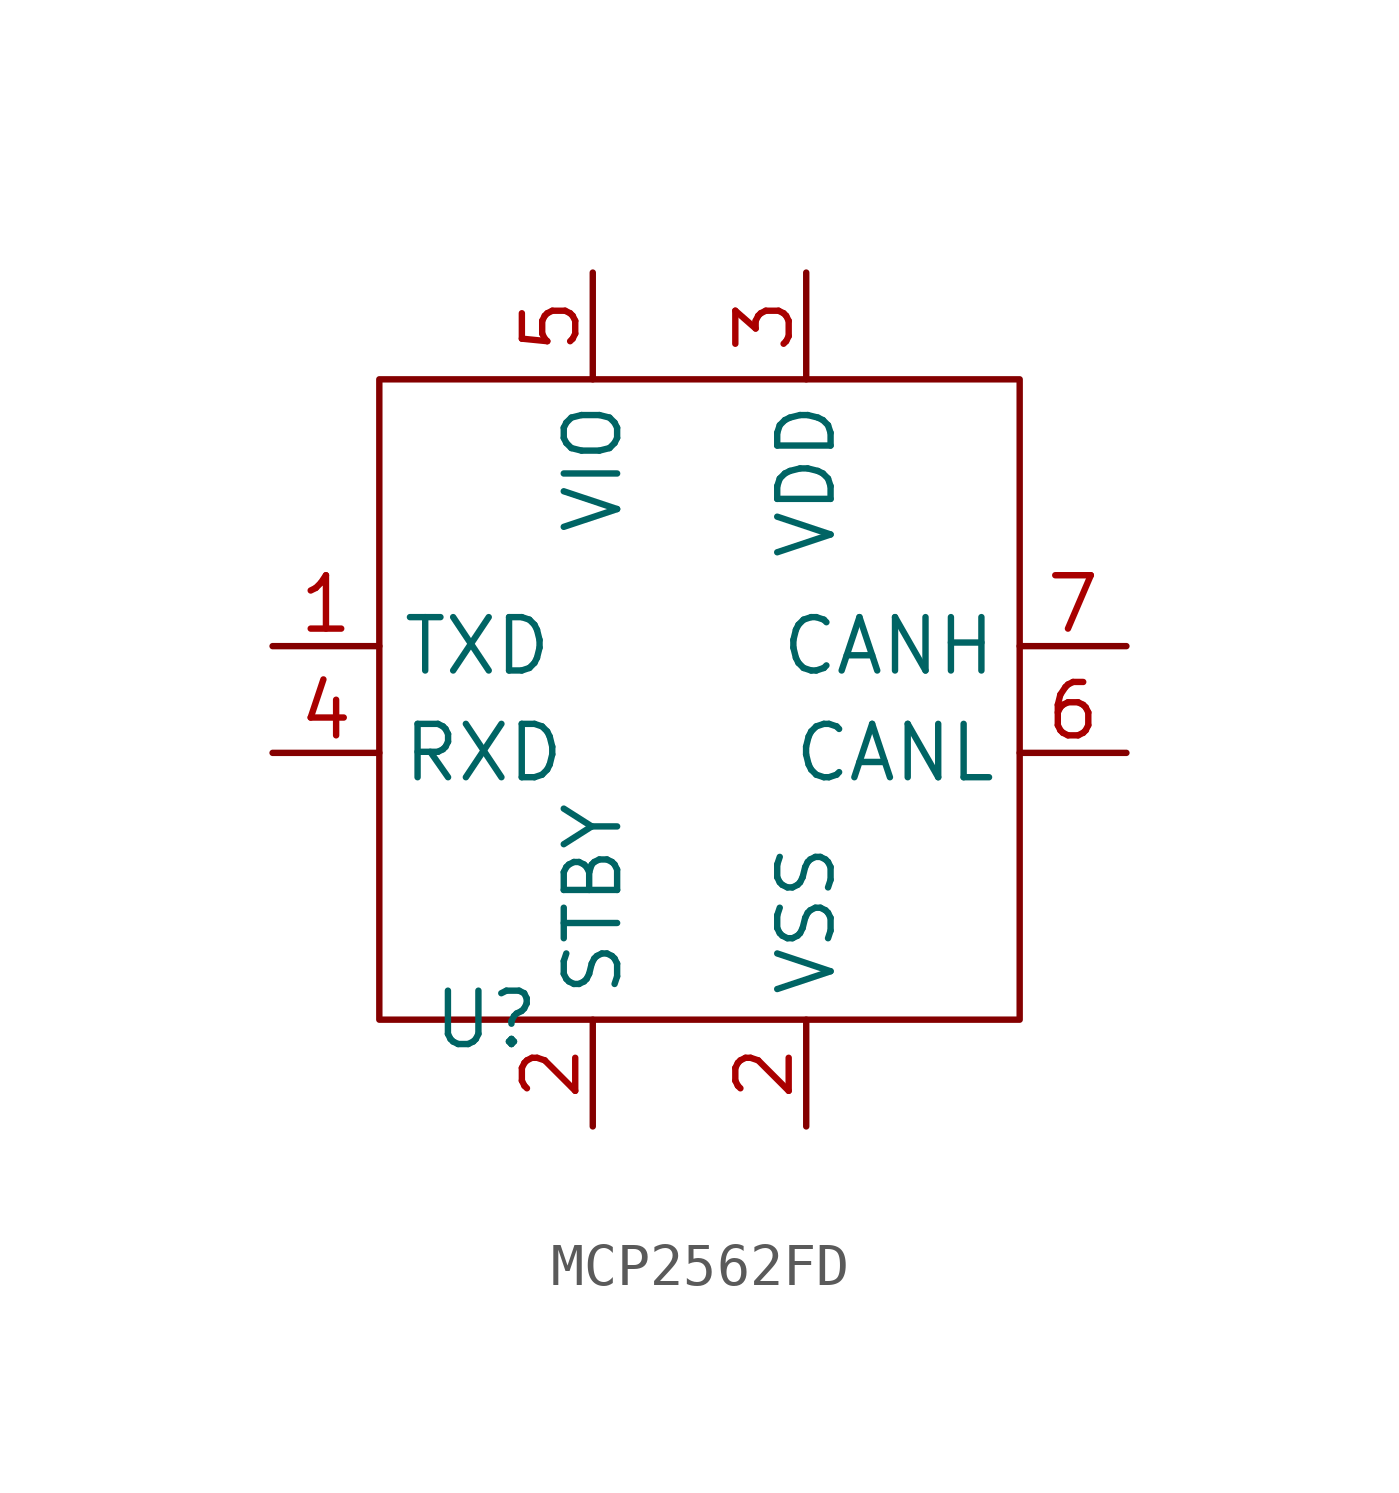
<source format=kicad_sym>
(kicad_symbol_lib
  (version 20220914)
  (generator kicad_symbol_editor)
  (symbol "MCP2562FD"
    (property "Reference" "U"
      (at -5.08 -7.62 0)
      (effects (font (size 1.27 1.27))))
    (property "Value" ""
      (at -6.35 0 0)
      (effects (font (size 1.27 1.27))))
    (symbol "MCP2562FD_0_1"
      (rectangle (start -7.62 7.62) (end 7.62 -7.62) (stroke (width 0) (type default)) (fill (type none))))
    (symbol "MCP2562FD_1_1"
      (pin input line (at -10.16 1.27 0) (length 2.54) (name "TXD" (effects (font (size 1.27 1.27)))) (number "1" (effects (font (size 1.27 1.27)))))
      (pin input line (at -2.54 -10.16 90) (length 2.54) (name "STBY" (effects (font (size 1.27 1.27)))) (number "2" (effects (font (size 1.27 1.27)))))
      (pin input line (at 2.54 -10.16 90) (length 2.54) (name "VSS" (effects (font (size 1.27 1.27)))) (number "2" (effects (font (size 1.27 1.27)))))
      (pin input line (at 2.54 10.16 270) (length 2.54) (name "VDD" (effects (font (size 1.27 1.27)))) (number "3" (effects (font (size 1.27 1.27)))))
      (pin output line (at -10.16 -1.27 0) (length 2.54) (name "RXD" (effects (font (size 1.27 1.27)))) (number "4" (effects (font (size 1.27 1.27)))))
      (pin input line (at -2.54 10.16 270) (length 2.54) (name "VIO" (effects (font (size 1.27 1.27)))) (number "5" (effects (font (size 1.27 1.27)))))
      (pin output line (at 10.16 -1.27 180) (length 2.54) (name "CANL" (effects (font (size 1.27 1.27)))) (number "6" (effects (font (size 1.27 1.27)))))
      (pin output line (at 10.16 1.27 180) (length 2.54) (name "CANH" (effects (font (size 1.27 1.27)))) (number "7" (effects (font (size 1.27 1.27))))))))
</source>
